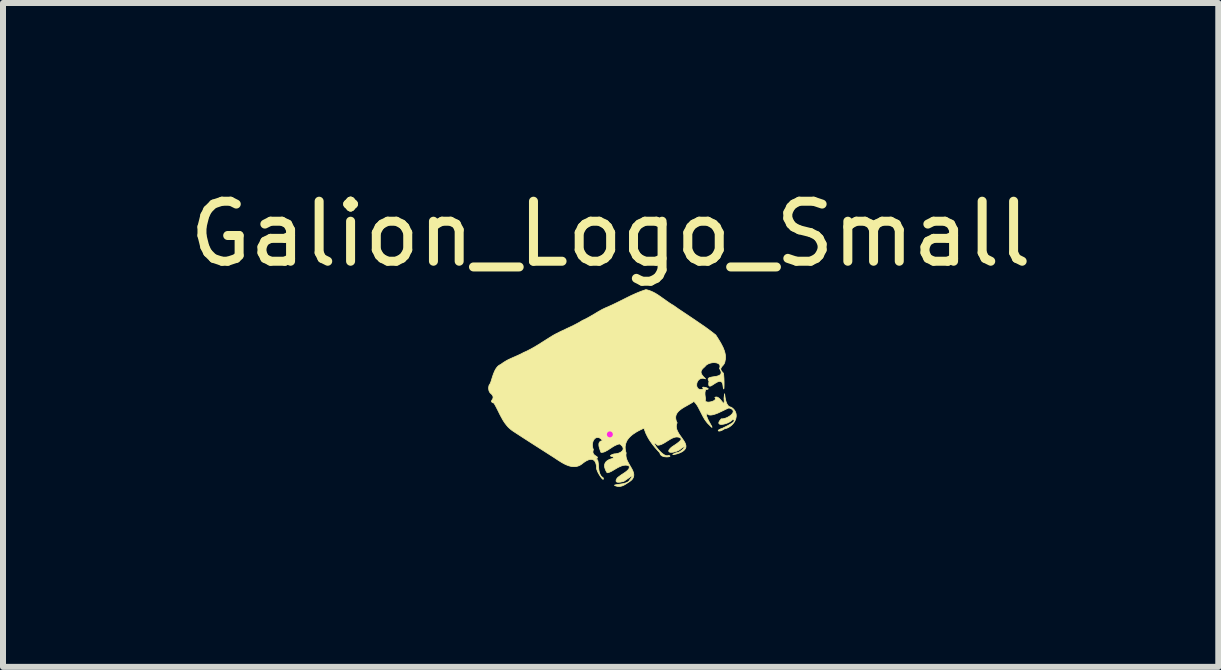
<source format=kicad_pcb>
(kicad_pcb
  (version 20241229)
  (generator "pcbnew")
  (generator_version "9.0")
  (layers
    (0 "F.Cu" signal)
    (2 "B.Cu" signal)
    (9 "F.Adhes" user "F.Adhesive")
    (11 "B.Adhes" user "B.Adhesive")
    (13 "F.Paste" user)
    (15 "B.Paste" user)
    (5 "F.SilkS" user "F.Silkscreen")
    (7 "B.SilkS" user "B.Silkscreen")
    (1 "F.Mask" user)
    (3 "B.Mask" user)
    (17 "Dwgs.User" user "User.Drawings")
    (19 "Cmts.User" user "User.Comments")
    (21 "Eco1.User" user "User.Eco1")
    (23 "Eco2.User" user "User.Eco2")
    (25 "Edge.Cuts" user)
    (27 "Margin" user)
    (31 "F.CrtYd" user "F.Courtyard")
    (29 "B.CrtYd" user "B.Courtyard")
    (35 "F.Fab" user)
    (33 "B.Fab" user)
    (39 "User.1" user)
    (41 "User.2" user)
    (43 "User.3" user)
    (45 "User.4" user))
  (footprint "Galion_Logo_Small"
    (layer "F.Cu")
    (at 7.112 4.188)
    (property "Reference" "Galion_Logo_Small" (at 0.013 -3.34 0) (layer "F.SilkS") (effects (font (size 1 1) (thickness 0.15))))
    (attr through_hole)
    (fp_poly (pts (xy 0.752 -0.697) (xy 0.751 -0.702) (xy 0.75 -0.707) (xy 0.751 -0.711) (xy 0.752 -0.714) (xy 0.754 -0.716) (xy 0.756 -0.718) (xy 0.759 -0.718) (xy 0.762 -0.719) (xy 0.765 -0.718) (xy 0.768 -0.717) (xy 0.772 -0.716) (xy 0.776 -0.714) (xy 0.783 -0.71) (xy 0.79 -0.705) (xy 0.796 -0.7) (xy 0.798 -0.697) (xy 0.8 -0.695) (xy 0.801 -0.693) (xy 0.801 -0.691) (xy 0.801 -0.689) (xy 0.8 -0.687) (xy 0.798 -0.687) (xy 0.795 -0.686) (xy 0.791 -0.686) (xy 0.785 -0.687) (xy 0.779 -0.688) (xy 0.771 -0.69) (xy 0.762 -0.693) (xy 0.752 -0.697) (xy 0.752 -0.697)) (stroke (width 0.012) (type solid)) (fill yes) (layer "F.SilkS"))
    (fp_poly (pts (xy 0.197 0.42) (xy 0.21 0.415) (xy 0.22 0.41) (xy 0.228 0.404) (xy 0.234 0.398) (xy 0.238 0.393) (xy 0.239 0.387) (xy 0.239 0.382) (xy 0.237 0.376) (xy 0.234 0.371) (xy 0.229 0.366) (xy 0.223 0.362) (xy 0.217 0.357) (xy 0.209 0.353) (xy 0.201 0.35) (xy 0.183 0.345) (xy 0.174 0.343) (xy 0.164 0.342) (xy 0.155 0.342) (xy 0.147 0.342) (xy 0.138 0.343) (xy 0.131 0.346) (xy 0.124 0.349) (xy 0.118 0.353) (xy 0.114 0.358) (xy 0.111 0.364) (xy 0.109 0.371) (xy 0.109 0.38) (xy 0.111 0.39) (xy 0.114 0.401) (xy 0.12 0.413) (xy 0.128 0.427) (xy 0.137 0.428) (xy 0.146 0.429) (xy 0.155 0.43) (xy 0.159 0.43) (xy 0.164 0.43) (xy 0.168 0.43) (xy 0.173 0.43) (xy 0.177 0.429) (xy 0.181 0.428) (xy 0.183 0.428) (xy 0.185 0.427) (xy 0.187 0.426) (xy 0.189 0.425) (xy 0.191 0.424) (xy 0.193 0.423) (xy 0.195 0.422) (xy 0.197 0.42)) (stroke (width 0.012) (type solid)) (fill yes) (layer "F.SilkS"))
    (fp_poly (pts (xy 0.707 -0.339) (xy 0.713 -0.338) (xy 0.719 -0.339) (xy 0.723 -0.339) (xy 0.727 -0.34) (xy 0.729 -0.342) (xy 0.731 -0.343) (xy 0.733 -0.345) (xy 0.733 -0.347) (xy 0.733 -0.35) (xy 0.733 -0.352) (xy 0.732 -0.355) (xy 0.731 -0.358) (xy 0.728 -0.364) (xy 0.724 -0.371) (xy 0.721 -0.378) (xy 0.718 -0.384) (xy 0.717 -0.388) (xy 0.717 -0.391) (xy 0.717 -0.394) (xy 0.717 -0.397) (xy 0.719 -0.4) (xy 0.72 -0.402) (xy 0.723 -0.405) (xy 0.727 -0.407) (xy 0.731 -0.408) (xy 0.736 -0.41) (xy 0.743 -0.411) (xy 0.75 -0.412) (xy 0.732 -0.413) (xy 0.712 -0.413) (xy 0.69 -0.412) (xy 0.667 -0.41) (xy 0.643 -0.407) (xy 0.621 -0.403) (xy 0.6 -0.398) (xy 0.582 -0.393) (xy 0.566 -0.386) (xy 0.56 -0.382) (xy 0.555 -0.378) (xy 0.551 -0.374) (xy 0.549 -0.37) (xy 0.547 -0.365) (xy 0.548 -0.36) (xy 0.55 -0.355) (xy 0.554 -0.35) (xy 0.559 -0.344) (xy 0.567 -0.338) (xy 0.576 -0.332) (xy 0.588 -0.326) (xy 0.602 -0.319) (xy 0.618 -0.312) (xy 0.621 -0.308) (xy 0.624 -0.304) (xy 0.626 -0.301) (xy 0.629 -0.298) (xy 0.631 -0.297) (xy 0.634 -0.296) (xy 0.636 -0.296) (xy 0.639 -0.296) (xy 0.641 -0.297) (xy 0.644 -0.298) (xy 0.646 -0.299) (xy 0.648 -0.301) (xy 0.653 -0.306) (xy 0.658 -0.312) (xy 0.668 -0.324) (xy 0.674 -0.33) (xy 0.676 -0.333) (xy 0.679 -0.335) (xy 0.682 -0.337) (xy 0.685 -0.339) (xy 0.689 -0.34) (xy 0.692 -0.341) (xy 0.695 -0.341) (xy 0.699 -0.341) (xy 0.703 -0.34) (xy 0.707 -0.339)) (stroke (width 0.012) (type solid)) (fill yes) (layer "F.SilkS"))
    (fp_poly (pts (xy -0.254 -0.177) (xy -0.263 -0.184) (xy -0.27 -0.191) (xy -0.274 -0.197) (xy -0.277 -0.202) (xy -0.279 -0.207) (xy -0.278 -0.211) (xy -0.277 -0.214) (xy -0.273 -0.217) (xy -0.269 -0.22) (xy -0.264 -0.222) (xy -0.251 -0.226) (xy -0.235 -0.229) (xy -0.217 -0.232) (xy -0.198 -0.234) (xy -0.18 -0.238) (xy -0.163 -0.242) (xy -0.155 -0.244) (xy -0.147 -0.247) (xy -0.141 -0.251) (xy -0.135 -0.255) (xy -0.131 -0.259) (xy -0.127 -0.264) (xy -0.125 -0.27) (xy -0.124 -0.277) (xy -0.125 -0.284) (xy -0.127 -0.292) (xy -0.115 -0.284) (xy -0.103 -0.278) (xy -0.093 -0.274) (xy -0.083 -0.271) (xy -0.075 -0.269) (xy -0.068 -0.269) (xy -0.062 -0.27) (xy -0.057 -0.272) (xy -0.053 -0.275) (xy -0.05 -0.279) (xy -0.048 -0.284) (xy -0.046 -0.289) (xy -0.046 -0.294) (xy -0.047 -0.3) (xy -0.048 -0.306) (xy -0.05 -0.312) (xy -0.053 -0.318) (xy -0.057 -0.324) (xy -0.062 -0.329) (xy -0.067 -0.334) (xy -0.073 -0.339) (xy -0.08 -0.343) (xy -0.087 -0.345) (xy -0.095 -0.347) (xy -0.104 -0.348) (xy -0.113 -0.348) (xy -0.123 -0.346) (xy -0.133 -0.343) (xy -0.144 -0.338) (xy -0.156 -0.332) (xy -0.167 -0.324) (xy -0.18 -0.313) (xy -0.253 -0.276) (xy -0.272 -0.266) (xy -0.289 -0.255) (xy -0.305 -0.245) (xy -0.318 -0.235) (xy -0.323 -0.231) (xy -0.328 -0.226) (xy -0.332 -0.221) (xy -0.334 -0.217) (xy -0.336 -0.212) (xy -0.336 -0.208) (xy -0.335 -0.204) (xy -0.332 -0.2) (xy -0.329 -0.196) (xy -0.323 -0.193) (xy -0.316 -0.189) (xy -0.308 -0.186) (xy -0.297 -0.183) (xy -0.285 -0.181) (xy -0.271 -0.179) (xy -0.254 -0.177)) (stroke (width 0.012) (type solid)) (fill yes) (layer "F.SilkS"))
    (fp_poly (pts (xy 1.461 -1.119) (xy 1.477 -1.127) (xy 1.5 -1.139) (xy 1.512 -1.146) (xy 1.523 -1.154) (xy 1.535 -1.161) (xy 1.545 -1.169) (xy 1.554 -1.176) (xy 1.56 -1.183) (xy 1.562 -1.186) (xy 1.564 -1.189) (xy 1.565 -1.191) (xy 1.565 -1.194) (xy 1.564 -1.196) (xy 1.562 -1.198) (xy 1.559 -1.199) (xy 1.555 -1.2) (xy 1.55 -1.201) (xy 1.543 -1.201) (xy 1.536 -1.201) (xy 1.527 -1.2) (xy 1.557 -1.218) (xy 1.576 -1.232) (xy 1.582 -1.237) (xy 1.585 -1.241) (xy 1.586 -1.245) (xy 1.585 -1.247) (xy 1.583 -1.249) (xy 1.579 -1.25) (xy 1.566 -1.249) (xy 1.55 -1.247) (xy 1.531 -1.242) (xy 1.511 -1.235) (xy 1.492 -1.227) (xy 1.474 -1.218) (xy 1.459 -1.209) (xy 1.454 -1.204) (xy 1.449 -1.2) (xy 1.447 -1.195) (xy 1.446 -1.191) (xy 1.447 -1.186) (xy 1.45 -1.182) (xy 1.455 -1.178) (xy 1.463 -1.175) (xy 1.475 -1.175) (xy 1.479 -1.174) (xy 1.48 -1.173) (xy 1.481 -1.172) (xy 1.479 -1.171) (xy 1.474 -1.169) (xy 1.423 -1.153) (xy 1.409 -1.147) (xy 1.397 -1.142) (xy 1.387 -1.136) (xy 1.383 -1.133) (xy 1.381 -1.13) (xy 1.379 -1.126) (xy 1.379 -1.123) (xy 1.381 -1.12) (xy 1.384 -1.117) (xy 1.388 -1.113) (xy 1.395 -1.11) (xy 1.403 -1.106) (xy 1.414 -1.103) (xy 1.417 -1.103) (xy 1.42 -1.102) (xy 1.423 -1.102) (xy 1.427 -1.102) (xy 1.43 -1.102) (xy 1.434 -1.102) (xy 1.437 -1.103) (xy 1.44 -1.104) (xy 1.444 -1.104) (xy 1.447 -1.106) (xy 1.448 -1.106) (xy 1.45 -1.107) (xy 1.451 -1.108) (xy 1.453 -1.109) (xy 1.454 -1.11) (xy 1.455 -1.111) (xy 1.456 -1.112) (xy 1.457 -1.113) (xy 1.458 -1.115) (xy 1.459 -1.116) (xy 1.46 -1.117) (xy 1.461 -1.119)) (stroke (width 0.012) (type solid)) (fill yes) (layer "F.SilkS"))
    (fp_poly (pts (xy 0 0) (xy -0.008 -0.006) (xy -0.015 -0.012) (xy -0.021 -0.017) (xy -0.027 -0.022) (xy -0.031 -0.027) (xy -0.035 -0.031) (xy -0.039 -0.035) (xy -0.041 -0.039) (xy -0.043 -0.042) (xy -0.044 -0.045) (xy -0.045 -0.047) (xy -0.045 -0.05) (xy -0.045 -0.051) (xy -0.044 -0.053) (xy -0.043 -0.054) (xy -0.041 -0.055) (xy -0.039 -0.056) (xy -0.036 -0.057) (xy -0.033 -0.057) (xy -0.03 -0.057) (xy -0.026 -0.057) (xy -0.022 -0.056) (xy -0.013 -0.055) (xy -0.004 -0.052) (xy 0.007 -0.049) (xy 0.018 -0.045) (xy 0.029 -0.041) (xy 0.038 -0.048) (xy 0.048 -0.055) (xy 0.058 -0.063) (xy 0.067 -0.071) (xy 0.076 -0.08) (xy 0.085 -0.089) (xy 0.089 -0.094) (xy 0.092 -0.099) (xy 0.095 -0.104) (xy 0.098 -0.109) (xy 0.1 -0.114) (xy 0.102 -0.119) (xy 0.103 -0.125) (xy 0.104 -0.13) (xy 0.104 -0.135) (xy 0.104 -0.141) (xy 0.103 -0.146) (xy 0.101 -0.151) (xy 0.098 -0.157) (xy 0.095 -0.162) (xy 0.091 -0.168) (xy 0.086 -0.173) (xy 0.081 -0.179) (xy 0.074 -0.184) (xy 0.066 -0.189) (xy 0.058 -0.195) (xy 0.057 -0.205) (xy 0.055 -0.215) (xy 0.052 -0.222) (xy 0.048 -0.229) (xy 0.042 -0.234) (xy 0.035 -0.238) (xy 0.028 -0.241) (xy 0.019 -0.243) (xy 0.01 -0.244) (xy -0.000351 -0.244) (xy -0.011 -0.243) (xy -0.022 -0.241) (xy -0.034 -0.238) (xy -0.046 -0.235) (xy -0.059 -0.231) (xy -0.072 -0.226) (xy -0.098 -0.215) (xy -0.124 -0.202) (xy -0.149 -0.188) (xy -0.173 -0.173) (xy -0.195 -0.157) (xy -0.215 -0.141) (xy -0.232 -0.126) (xy -0.238 -0.119) (xy -0.244 -0.112) (xy -0.23 -0.078) (xy -0.223 -0.064) (xy -0.217 -0.05) (xy -0.21 -0.038) (xy -0.203 -0.027) (xy -0.199 -0.021) (xy -0.196 -0.017) (xy -0.192 -0.012) (xy -0.187 -0.008) (xy -0.183 -0.005) (xy -0.178 -0.002) (xy -0.173 0.001) (xy -0.167 0.004) (xy -0.161 0.006) (xy -0.155 0.008) (xy -0.148 0.009) (xy -0.141 0.01) (xy -0.133 0.011) (xy -0.124 0.011) (xy -0.115 0.011) (xy -0.106 0.011) (xy -0.096 0.01) (xy -0.085 0.008) (xy -0.074 0.006) (xy -0.061 0.004) (xy -0.03 0.003) (xy 0 -0.000001) (xy 0 0)) (stroke (width 0.012) (type solid)) (fill yes) (layer "F.SilkS"))
    (fp_poly (pts (xy 0.723 -0.466) (xy 0.728 -0.467) (xy 0.734 -0.469) (xy 0.746 -0.474) (xy 0.758 -0.48) (xy 0.772 -0.487) (xy 0.831 -0.521) (xy 0.848 -0.53) (xy 0.865 -0.538) (xy 0.882 -0.546) (xy 0.9 -0.553) (xy 0.918 -0.559) (xy 0.927 -0.562) (xy 0.936 -0.564) (xy 0.946 -0.566) (xy 0.955 -0.568) (xy 0.965 -0.569) (xy 0.975 -0.57) (xy 0.975 -0.581) (xy 0.974 -0.592) (xy 0.973 -0.602) (xy 0.972 -0.611) (xy 0.97 -0.62) (xy 0.968 -0.629) (xy 0.966 -0.637) (xy 0.963 -0.645) (xy 0.96 -0.652) (xy 0.956 -0.659) (xy 0.953 -0.666) (xy 0.949 -0.672) (xy 0.944 -0.678) (xy 0.94 -0.684) (xy 0.935 -0.689) (xy 0.93 -0.694) (xy 0.92 -0.704) (xy 0.909 -0.713) (xy 0.898 -0.721) (xy 0.886 -0.729) (xy 0.839 -0.759) (xy 0.838 -0.773) (xy 0.836 -0.786) (xy 0.832 -0.796) (xy 0.828 -0.805) (xy 0.822 -0.812) (xy 0.815 -0.817) (xy 0.807 -0.82) (xy 0.799 -0.823) (xy 0.789 -0.823) (xy 0.779 -0.823) (xy 0.768 -0.821) (xy 0.756 -0.818) (xy 0.744 -0.815) (xy 0.731 -0.81) (xy 0.718 -0.804) (xy 0.704 -0.798) (xy 0.676 -0.783) (xy 0.647 -0.767) (xy 0.618 -0.749) (xy 0.59 -0.731) (xy 0.536 -0.695) (xy 0.511 -0.68) (xy 0.489 -0.667) (xy 0.484 -0.657) (xy 0.48 -0.649) (xy 0.477 -0.642) (xy 0.476 -0.636) (xy 0.475 -0.63) (xy 0.476 -0.626) (xy 0.477 -0.623) (xy 0.479 -0.621) (xy 0.482 -0.619) (xy 0.486 -0.618) (xy 0.49 -0.617) (xy 0.494 -0.617) (xy 0.504 -0.617) (xy 0.514 -0.618) (xy 0.524 -0.618) (xy 0.533 -0.618) (xy 0.537 -0.618) (xy 0.541 -0.617) (xy 0.544 -0.615) (xy 0.546 -0.613) (xy 0.547 -0.61) (xy 0.548 -0.606) (xy 0.547 -0.601) (xy 0.546 -0.595) (xy 0.543 -0.589) (xy 0.539 -0.58) (xy 0.534 -0.571) (xy 0.527 -0.56) (xy 0.573 -0.531) (xy 0.583 -0.525) (xy 0.591 -0.52) (xy 0.598 -0.517) (xy 0.604 -0.514) (xy 0.606 -0.514) (xy 0.608 -0.514) (xy 0.609 -0.514) (xy 0.61 -0.515) (xy 0.611 -0.517) (xy 0.611 -0.518) (xy 0.61 -0.521) (xy 0.609 -0.524) (xy 0.605 -0.532) (xy 0.599 -0.542) (xy 0.59 -0.555) (xy 0.579 -0.571) (xy 0.587 -0.574) (xy 0.595 -0.576) (xy 0.602 -0.577) (xy 0.609 -0.577) (xy 0.615 -0.576) (xy 0.62 -0.575) (xy 0.625 -0.572) (xy 0.63 -0.57) (xy 0.634 -0.566) (xy 0.638 -0.562) (xy 0.641 -0.557) (xy 0.644 -0.553) (xy 0.646 -0.547) (xy 0.649 -0.542) (xy 0.652 -0.53) (xy 0.655 -0.518) (xy 0.657 -0.506) (xy 0.661 -0.485) (xy 0.662 -0.477) (xy 0.664 -0.471) (xy 0.665 -0.469) (xy 0.666 -0.467) (xy 0.668 -0.467) (xy 0.67 -0.467) (xy 0.702 -0.474) (xy 0.723 -0.466)) (stroke (width 0.012) (type solid)) (fill yes) (layer "F.SilkS"))
    (fp_poly (pts (xy 1.017 -0.021) (xy 1.021 -0.025) (xy 1.024 -0.028) (xy 1.028 -0.03) (xy 1.032 -0.031) (xy 1.036 -0.032) (xy 1.041 -0.032) (xy 1.045 -0.031) (xy 1.05 -0.031) (xy 1.055 -0.029) (xy 1.06 -0.028) (xy 1.069 -0.024) (xy 1.087 -0.017) (xy 1.095 -0.014) (xy 1.098 -0.013) (xy 1.101 -0.013) (xy 1.103 -0.013) (xy 1.105 -0.014) (xy 1.107 -0.015) (xy 1.108 -0.018) (xy 1.109 -0.021) (xy 1.109 -0.025) (xy 1.108 -0.03) (xy 1.107 -0.036) (xy 1.105 -0.043) (xy 1.102 -0.051) (xy 1.098 -0.061) (xy 1.094 -0.072) (xy 1.092 -0.109) (xy 1.089 -0.157) (xy 1.083 -0.213) (xy 1.075 -0.268) (xy 1.071 -0.294) (xy 1.066 -0.318) (xy 1.061 -0.34) (xy 1.055 -0.357) (xy 1.049 -0.371) (xy 1.046 -0.376) (xy 1.043 -0.38) (xy 1.04 -0.382) (xy 1.036 -0.383) (xy 1.033 -0.382) (xy 1.029 -0.379) (xy 1.025 -0.368) (xy 1.019 -0.358) (xy 1.012 -0.349) (xy 1.005 -0.34) (xy 0.997 -0.333) (xy 0.988 -0.326) (xy 0.978 -0.319) (xy 0.968 -0.313) (xy 0.946 -0.303) (xy 0.923 -0.293) (xy 0.875 -0.276) (xy 0.851 -0.267) (xy 0.828 -0.256) (xy 0.817 -0.251) (xy 0.807 -0.245) (xy 0.797 -0.238) (xy 0.787 -0.231) (xy 0.778 -0.223) (xy 0.77 -0.215) (xy 0.763 -0.205) (xy 0.757 -0.195) (xy 0.752 -0.184) (xy 0.747 -0.172) (xy 0.744 -0.158) (xy 0.742 -0.144) (xy 0.734 -0.131) (xy 0.728 -0.12) (xy 0.725 -0.109) (xy 0.723 -0.099) (xy 0.723 -0.09) (xy 0.725 -0.082) (xy 0.728 -0.075) (xy 0.733 -0.069) (xy 0.738 -0.063) (xy 0.745 -0.059) (xy 0.753 -0.055) (xy 0.761 -0.052) (xy 0.77 -0.049) (xy 0.78 -0.048) (xy 0.79 -0.047) (xy 0.8 -0.047) (xy 0.811 -0.048) (xy 0.821 -0.049) (xy 0.831 -0.051) (xy 0.841 -0.053) (xy 0.851 -0.057) (xy 0.86 -0.06) (xy 0.868 -0.065) (xy 0.875 -0.07) (xy 0.882 -0.075) (xy 0.887 -0.081) (xy 0.891 -0.088) (xy 0.893 -0.095) (xy 0.895 -0.102) (xy 0.894 -0.11) (xy 0.891 -0.119) (xy 0.887 -0.127) (xy 0.892 -0.128) (xy 0.897 -0.128) (xy 0.902 -0.128) (xy 0.905 -0.127) (xy 0.909 -0.126) (xy 0.912 -0.124) (xy 0.915 -0.122) (xy 0.917 -0.12) (xy 0.92 -0.117) (xy 0.922 -0.115) (xy 0.924 -0.112) (xy 0.925 -0.109) (xy 0.933 -0.096) (xy 0.937 -0.089) (xy 0.939 -0.086) (xy 0.942 -0.082) (xy 0.945 -0.079) (xy 0.948 -0.076) (xy 0.952 -0.073) (xy 0.956 -0.071) (xy 0.961 -0.068) (xy 0.966 -0.066) (xy 0.972 -0.065) (xy 0.978 -0.063) (xy 0.985 -0.062) (xy 0.992 -0.061) (xy 1.001 -0.061) (xy 1.01 -0.061) (xy 1.01 -0.062) (xy 1.009 -0.061) (xy 1.008 -0.059) (xy 1.007 -0.055) (xy 1.005 -0.05) (xy 1.002 -0.037) (xy 1.001 -0.031) (xy 0.999 -0.024) (xy 0.999 -0.018) (xy 0.999 -0.013) (xy 0.999 -0.011) (xy 0.999 -0.009) (xy 1 -0.008) (xy 1.001 -0.007) (xy 1.002 -0.007) (xy 1.003 -0.007) (xy 1.005 -0.007) (xy 1.007 -0.009) (xy 1.009 -0.011) (xy 1.011 -0.013) (xy 1.014 -0.017) (xy 1.017 -0.021)) (stroke (width 0.012) (type solid)) (fill yes) (layer "F.SilkS"))
    (fp_poly (pts (xy 0.116 0.864) (xy 0.093 0.857) (xy 0.086 0.854) (xy 0.081 0.852) (xy 0.079 0.85) (xy 0.078 0.848) (xy 0.079 0.846) (xy 0.083 0.844) (xy 0.094 0.841) (xy 0.111 0.838) (xy 0.156 0.831) (xy 0.182 0.827) (xy 0.21 0.823) (xy 0.237 0.817) (xy 0.262 0.81) (xy 0.274 0.805) (xy 0.285 0.801) (xy 0.296 0.796) (xy 0.305 0.79) (xy 0.313 0.784) (xy 0.319 0.777) (xy 0.324 0.77) (xy 0.328 0.762) (xy 0.348 0.737) (xy 0.362 0.718) (xy 0.366 0.71) (xy 0.37 0.705) (xy 0.372 0.7) (xy 0.372 0.697) (xy 0.372 0.695) (xy 0.371 0.694) (xy 0.371 0.694) (xy 0.368 0.694) (xy 0.365 0.694) (xy 0.36 0.696) (xy 0.356 0.699) (xy 0.344 0.706) (xy 0.232 0.783) (xy 0.212 0.788) (xy 0.186 0.793) (xy 0.173 0.796) (xy 0.159 0.797) (xy 0.146 0.798) (xy 0.134 0.798) (xy 0.129 0.797) (xy 0.123 0.796) (xy 0.119 0.795) (xy 0.115 0.793) (xy 0.111 0.79) (xy 0.108 0.788) (xy 0.106 0.784) (xy 0.104 0.78) (xy 0.103 0.776) (xy 0.104 0.771) (xy 0.105 0.765) (xy 0.106 0.758) (xy 0.109 0.751) (xy 0.113 0.743) (xy 0.119 0.735) (xy 0.125 0.725) (xy 0.142 0.71) (xy 0.16 0.697) (xy 0.178 0.683) (xy 0.197 0.67) (xy 0.234 0.646) (xy 0.252 0.634) (xy 0.268 0.622) (xy 0.283 0.61) (xy 0.296 0.598) (xy 0.307 0.587) (xy 0.312 0.581) (xy 0.316 0.575) (xy 0.319 0.569) (xy 0.321 0.562) (xy 0.323 0.556) (xy 0.323 0.55) (xy 0.323 0.543) (xy 0.322 0.537) (xy 0.32 0.53) (xy 0.317 0.524) (xy 0.304 0.519) (xy 0.292 0.516) (xy 0.279 0.514) (xy 0.266 0.513) (xy 0.253 0.513) (xy 0.241 0.515) (xy 0.228 0.516) (xy 0.216 0.519) (xy 0.203 0.523) (xy 0.191 0.527) (xy 0.167 0.537) (xy 0.143 0.548) (xy 0.119 0.561) (xy 0.031 0.613) (xy 0.01 0.623) (xy -0.01 0.632) (xy -0.019 0.635) (xy -0.028 0.637) (xy -0.037 0.639) (xy -0.046 0.639) (xy -0.057 0.621) (xy -0.067 0.603) (xy -0.075 0.585) (xy -0.078 0.576) (xy -0.081 0.567) (xy -0.084 0.559) (xy -0.086 0.55) (xy -0.087 0.542) (xy -0.088 0.533) (xy -0.089 0.525) (xy -0.089 0.517) (xy -0.088 0.509) (xy -0.087 0.502) (xy -0.085 0.494) (xy -0.082 0.487) (xy -0.079 0.479) (xy -0.075 0.472) (xy -0.071 0.466) (xy -0.066 0.459) (xy -0.06 0.453) (xy -0.053 0.446) (xy -0.046 0.441) (xy -0.037 0.435) (xy -0.029 0.429) (xy -0.019 0.424) (xy -0.008 0.419) (xy 0.003 0.415) (xy 0.015 0.41) (xy 0.029 0.406) (xy 0.049 0.399) (xy 0.056 0.396) (xy 0.061 0.393) (xy 0.064 0.39) (xy 0.066 0.388) (xy 0.067 0.385) (xy 0.066 0.383) (xy 0.064 0.381) (xy 0.061 0.38) (xy 0.054 0.376) (xy 0.034 0.37) (xy 0.024 0.367) (xy 0.016 0.363) (xy 0.013 0.361) (xy 0.011 0.359) (xy 0.01 0.357) (xy 0.01 0.355) (xy 0.012 0.352) (xy 0.015 0.349) (xy 0.019 0.346) (xy 0.026 0.342) (xy 0.044 0.334) (xy 0.072 0.325) (xy 0.092 0.324) (xy 0.112 0.321) (xy 0.132 0.317) (xy 0.15 0.311) (xy 0.159 0.307) (xy 0.168 0.304) (xy 0.176 0.3) (xy 0.183 0.295) (xy 0.19 0.29) (xy 0.196 0.285) (xy 0.202 0.28) (xy 0.207 0.275) (xy 0.212 0.269) (xy 0.215 0.263) (xy 0.218 0.257) (xy 0.22 0.25) (xy 0.221 0.243) (xy 0.222 0.236) (xy 0.221 0.229) (xy 0.219 0.222) (xy 0.216 0.215) (xy 0.212 0.207) (xy 0.207 0.199) (xy 0.2 0.191) (xy 0.193 0.184) (xy 0.184 0.175) (xy 0.174 0.167) (xy 0.162 0.159) (xy 0.151 0.161) (xy 0.141 0.164) (xy 0.13 0.167) (xy 0.12 0.171) (xy 0.099 0.18) (xy 0.078 0.19) (xy 0.057 0.202) (xy 0.037 0.215) (xy -0.003 0.241) (xy -0.022 0.254) (xy -0.042 0.266) (xy -0.061 0.276) (xy -0.079 0.286) (xy -0.088 0.29) (xy -0.097 0.293) (xy -0.106 0.296) (xy -0.115 0.298) (xy -0.123 0.299) (xy -0.132 0.3) (xy -0.14 0.3) (xy -0.149 0.299) (xy -0.16 0.27) (xy -0.17 0.239) (xy -0.175 0.223) (xy -0.179 0.208) (xy -0.182 0.193) (xy -0.183 0.178) (xy -0.183 0.171) (xy -0.183 0.165) (xy -0.183 0.158) (xy -0.182 0.152) (xy -0.18 0.146) (xy -0.178 0.14) (xy -0.175 0.135) (xy -0.172 0.129) (xy -0.168 0.125) (xy -0.163 0.12) (xy -0.158 0.117) (xy -0.152 0.113) (xy -0.145 0.11) (xy -0.138 0.108) (xy -0.129 0.106) (xy -0.12 0.104) (xy -0.13 0.092) (xy -0.141 0.082) (xy -0.151 0.073) (xy -0.161 0.066) (xy -0.171 0.06) (xy -0.18 0.056) (xy -0.19 0.053) (xy -0.199 0.052) (xy -0.208 0.052) (xy -0.216 0.053) (xy -0.224 0.055) (xy -0.232 0.058) (xy -0.24 0.062) (xy -0.247 0.068) (xy -0.254 0.074) (xy -0.26 0.081) (xy -0.266 0.089) (xy -0.271 0.097) (xy -0.276 0.106) (xy -0.28 0.116) (xy -0.283 0.126) (xy -0.286 0.137) (xy -0.288 0.148) (xy -0.29 0.159) (xy -0.291 0.17) (xy -0.291 0.182) (xy -0.29 0.194) (xy -0.288 0.206) (xy -0.286 0.218) (xy -0.283 0.23) (xy -0.279 0.242) (xy -0.274 0.254) (xy -0.278 0.265) (xy -0.28 0.275) (xy -0.282 0.284) (xy -0.282 0.293) (xy -0.282 0.301) (xy -0.28 0.309) (xy -0.278 0.315) (xy -0.275 0.322) (xy -0.271 0.327) (xy -0.267 0.333) (xy -0.263 0.338) (xy -0.258 0.342) (xy -0.248 0.35) (xy -0.238 0.357) (xy -0.228 0.364) (xy -0.219 0.369) (xy -0.215 0.372) (xy -0.212 0.375) (xy -0.21 0.378) (xy -0.208 0.382) (xy -0.207 0.385) (xy -0.208 0.388) (xy -0.209 0.392) (xy -0.211 0.396) (xy -0.214 0.4) (xy -0.219 0.405) (xy -0.225 0.41) (xy -0.233 0.416) (xy -0.226 0.415) (xy -0.22 0.416) (xy -0.215 0.418) (xy -0.21 0.421) (xy -0.206 0.426) (xy -0.203 0.432) (xy -0.2 0.439) (xy -0.198 0.447) (xy -0.195 0.466) (xy -0.192 0.488) (xy -0.188 0.539) (xy -0.186 0.565) (xy -0.183 0.593) (xy -0.178 0.619) (xy -0.174 0.632) (xy -0.171 0.645) (xy -0.166 0.657) (xy -0.161 0.669) (xy -0.155 0.679) (xy -0.149 0.69) (xy -0.141 0.699) (xy -0.132 0.708) (xy -0.123 0.715) (xy -0.112 0.722) (xy -0.11 0.73) (xy -0.108 0.737) (xy -0.108 0.743) (xy -0.109 0.746) (xy -0.11 0.748) (xy -0.113 0.749) (xy -0.116 0.748) (xy -0.119 0.746) (xy -0.123 0.742) (xy -0.128 0.738) (xy -0.139 0.726) (xy -0.15 0.711) (xy -0.163 0.693) (xy -0.175 0.673) (xy -0.188 0.653) (xy -0.199 0.631) (xy -0.208 0.61) (xy -0.216 0.59) (xy -0.219 0.581) (xy -0.221 0.572) (xy -0.222 0.564) (xy -0.223 0.556) (xy -0.223 0.549) (xy -0.221 0.544) (xy -0.223 0.528) (xy -0.226 0.513) (xy -0.229 0.499) (xy -0.232 0.487) (xy -0.236 0.476) (xy -0.24 0.465) (xy -0.245 0.456) (xy -0.251 0.448) (xy -0.256 0.441) (xy -0.262 0.435) (xy -0.269 0.43) (xy -0.275 0.426) (xy -0.282 0.422) (xy -0.29 0.42) (xy -0.297 0.418) (xy -0.305 0.417) (xy -0.313 0.417) (xy -0.322 0.417) (xy -0.33 0.418) (xy -0.339 0.42) (xy -0.348 0.422) (xy -0.357 0.425) (xy -0.366 0.429) (xy -0.375 0.433) (xy -0.384 0.437) (xy -0.394 0.442) (xy -0.412 0.453) (xy -0.431 0.466) (xy -0.45 0.48) (xy -0.465 0.492) (xy -0.48 0.503) (xy -0.495 0.512) (xy -0.51 0.52) (xy -0.526 0.526) (xy -0.542 0.531) (xy -0.557 0.535) (xy -0.573 0.537) (xy -0.589 0.538) (xy -0.604 0.538) (xy -0.62 0.537) (xy -0.636 0.535) (xy -0.652 0.532) (xy -0.668 0.528) (xy -0.683 0.524) (xy -0.699 0.518) (xy -0.73 0.506) (xy -0.761 0.491) (xy -0.792 0.474) (xy -0.822 0.456) (xy -0.88 0.419) (xy -0.934 0.383) (xy -1.275 0.165) (xy -1.446 0.055) (xy -1.615 -0.055) (xy -1.63 -0.066) (xy -1.645 -0.077) (xy -1.659 -0.089) (xy -1.673 -0.101) (xy -1.686 -0.113) (xy -1.699 -0.126) (xy -1.722 -0.153) (xy -1.744 -0.181) (xy -1.764 -0.21) (xy -1.783 -0.24) (xy -1.8 -0.271) (xy -1.817 -0.302) (xy -1.834 -0.334) (xy -1.865 -0.397) (xy -1.897 -0.46) (xy -1.914 -0.491) (xy -1.931 -0.52) (xy -1.941 -0.524) (xy -1.949 -0.527) (xy -1.956 -0.531) (xy -1.961 -0.534) (xy -1.965 -0.537) (xy -1.969 -0.541) (xy -1.971 -0.544) (xy -1.972 -0.547) (xy -1.972 -0.551) (xy -1.972 -0.554) (xy -1.971 -0.558) (xy -1.97 -0.562) (xy -1.966 -0.569) (xy -1.961 -0.577) (xy -1.955 -0.586) (xy -1.95 -0.596) (xy -1.949 -0.601) (xy -1.947 -0.606) (xy -1.946 -0.612) (xy -1.946 -0.618) (xy -1.946 -0.624) (xy -1.947 -0.63) (xy -1.949 -0.637) (xy -1.953 -0.644) (xy -1.957 -0.652) (xy -1.962 -0.659) (xy -1.969 -0.667) (xy -1.977 -0.676) (xy -1.982 -0.68) (xy -1.988 -0.684) (xy -1.992 -0.689) (xy -1.997 -0.694) (xy -2 -0.699) (xy -2.004 -0.705) (xy -2.007 -0.711) (xy -2.01 -0.716) (xy -2.012 -0.722) (xy -2.014 -0.728) (xy -2.016 -0.734) (xy -2.017 -0.741) (xy -2.019 -0.753) (xy -2.02 -0.765) (xy -2.02 -0.777) (xy -2.019 -0.788) (xy -2.017 -0.799) (xy -2.015 -0.808) (xy -2.013 -0.816) (xy -2.01 -0.823) (xy -2.006 -0.828) (xy -2.005 -0.83) (xy -2.003 -0.831) (xy -1.996 -0.844) (xy -1.988 -0.861) (xy -1.981 -0.88) (xy -1.974 -0.902) (xy -1.959 -0.951) (xy -1.95 -0.978) (xy -1.941 -1.004) (xy -1.93 -1.031) (xy -1.919 -1.057) (xy -1.906 -1.081) (xy -1.899 -1.093) (xy -1.892 -1.104) (xy -1.884 -1.114) (xy -1.876 -1.124) (xy -1.868 -1.133) (xy -1.859 -1.141) (xy -1.849 -1.149) (xy -1.839 -1.155) (xy -1.829 -1.161) (xy -1.818 -1.165) (xy -1.798 -1.181) (xy -1.776 -1.196) (xy -1.754 -1.21) (xy -1.731 -1.224) (xy -1.708 -1.237) (xy -1.684 -1.249) (xy -1.634 -1.272) (xy -1.534 -1.316) (xy -1.485 -1.339) (xy -1.461 -1.351) (xy -1.438 -1.364) (xy -1.405 -1.378) (xy -1.373 -1.393) (xy -1.341 -1.41) (xy -1.31 -1.426) (xy -1.248 -1.461) (xy -1.187 -1.498) (xy -1.067 -1.574) (xy -1.007 -1.612) (xy -0.947 -1.649) (xy -0.917 -1.666) (xy -0.886 -1.682) (xy -0.824 -1.713) (xy -0.699 -1.772) (xy -0.637 -1.801) (xy -0.575 -1.832) (xy -0.545 -1.848) (xy -0.515 -1.864) (xy -0.486 -1.881) (xy -0.457 -1.899) (xy -0.43 -1.911) (xy -0.403 -1.924) (xy -0.377 -1.938) (xy -0.351 -1.952) (xy -0.299 -1.982) (xy -0.248 -2.012) (xy -0.197 -2.043) (xy -0.146 -2.072) (xy -0.12 -2.086) (xy -0.094 -2.098) (xy -0.067 -2.111) (xy -0.04 -2.122) (xy 0.04 -2.158) (xy 0.119 -2.196) (xy 0.277 -2.275) (xy 0.356 -2.314) (xy 0.436 -2.35) (xy 0.477 -2.367) (xy 0.517 -2.383) (xy 0.559 -2.398) (xy 0.6 -2.412) (xy 0.616 -2.409) (xy 0.632 -2.405) (xy 0.663 -2.395) (xy 0.694 -2.383) (xy 0.724 -2.369) (xy 0.753 -2.354) (xy 0.781 -2.337) (xy 0.809 -2.319) (xy 0.837 -2.3) (xy 0.947 -2.222) (xy 0.974 -2.203) (xy 1.002 -2.184) (xy 1.03 -2.166) (xy 1.058 -2.15) (xy 1.146 -2.088) (xy 1.236 -2.028) (xy 1.415 -1.908) (xy 1.504 -1.847) (xy 1.593 -1.786) (xy 1.68 -1.722) (xy 1.765 -1.656) (xy 1.796 -1.608) (xy 1.828 -1.556) (xy 1.844 -1.529) (xy 1.859 -1.502) (xy 1.873 -1.475) (xy 1.887 -1.447) (xy 1.898 -1.419) (xy 1.909 -1.39) (xy 1.917 -1.362) (xy 1.923 -1.334) (xy 1.925 -1.32) (xy 1.926 -1.306) (xy 1.927 -1.292) (xy 1.927 -1.278) (xy 1.926 -1.264) (xy 1.925 -1.25) (xy 1.922 -1.236) (xy 1.919 -1.222) (xy 1.918 -1.213) (xy 1.916 -1.205) (xy 1.914 -1.197) (xy 1.911 -1.19) (xy 1.908 -1.183) (xy 1.904 -1.176) (xy 1.9 -1.17) (xy 1.896 -1.163) (xy 1.887 -1.152) (xy 1.878 -1.142) (xy 1.869 -1.132) (xy 1.862 -1.122) (xy 1.858 -1.117) (xy 1.855 -1.112) (xy 1.853 -1.107) (xy 1.851 -1.102) (xy 1.849 -1.097) (xy 1.848 -1.092) (xy 1.848 -1.086) (xy 1.849 -1.081) (xy 1.851 -1.074) (xy 1.853 -1.068) (xy 1.857 -1.061) (xy 1.861 -1.054) (xy 1.867 -1.047) (xy 1.874 -1.039) (xy 1.882 -1.03) (xy 1.891 -1.021) (xy 1.894 -1.007) (xy 1.897 -0.986) (xy 1.901 -0.934) (xy 1.903 -0.875) (xy 1.903 -0.819) (xy 1.902 -0.776) (xy 1.9 -0.763) (xy 1.899 -0.759) (xy 1.898 -0.757) (xy 1.896 -0.758) (xy 1.895 -0.76) (xy 1.891 -0.773) (xy 1.887 -0.796) (xy 1.882 -0.832) (xy 1.877 -0.848) (xy 1.872 -0.86) (xy 1.865 -0.869) (xy 1.858 -0.876) (xy 1.849 -0.881) (xy 1.841 -0.883) (xy 1.831 -0.884) (xy 1.821 -0.883) (xy 1.811 -0.88) (xy 1.8 -0.876) (xy 1.778 -0.865) (xy 1.756 -0.852) (xy 1.734 -0.838) (xy 1.713 -0.824) (xy 1.694 -0.813) (xy 1.686 -0.808) (xy 1.678 -0.805) (xy 1.67 -0.804) (xy 1.664 -0.804) (xy 1.658 -0.805) (xy 1.654 -0.809) (xy 1.65 -0.815) (xy 1.648 -0.824) (xy 1.647 -0.835) (xy 1.647 -0.849) (xy 1.649 -0.867) (xy 1.652 -0.887) (xy 1.644 -0.898) (xy 1.64 -0.908) (xy 1.638 -0.917) (xy 1.638 -0.924) (xy 1.64 -0.931) (xy 1.645 -0.936) (xy 1.651 -0.941) (xy 1.659 -0.945) (xy 1.668 -0.948) (xy 1.678 -0.951) (xy 1.701 -0.956) (xy 1.754 -0.964) (xy 1.781 -0.969) (xy 1.805 -0.976) (xy 1.816 -0.98) (xy 1.826 -0.985) (xy 1.835 -0.991) (xy 1.842 -0.998) (xy 1.848 -1.006) (xy 1.852 -1.015) (xy 1.854 -1.025) (xy 1.853 -1.037) (xy 1.851 -1.05) (xy 1.845 -1.065) (xy 1.837 -1.081) (xy 1.826 -1.099) (xy 1.831 -1.11) (xy 1.834 -1.12) (xy 1.835 -1.13) (xy 1.835 -1.139) (xy 1.834 -1.147) (xy 1.831 -1.155) (xy 1.827 -1.162) (xy 1.822 -1.168) (xy 1.816 -1.174) (xy 1.808 -1.179) (xy 1.8 -1.183) (xy 1.791 -1.187) (xy 1.782 -1.19) (xy 1.771 -1.192) (xy 1.761 -1.194) (xy 1.749 -1.195) (xy 1.738 -1.195) (xy 1.726 -1.195) (xy 1.714 -1.195) (xy 1.702 -1.193) (xy 1.69 -1.191) (xy 1.678 -1.188) (xy 1.666 -1.185) (xy 1.654 -1.181) (xy 1.643 -1.176) (xy 1.632 -1.171) (xy 1.622 -1.165) (xy 1.613 -1.159) (xy 1.604 -1.152) (xy 1.596 -1.144) (xy 1.589 -1.136) (xy 1.583 -1.127) (xy 1.573 -1.12) (xy 1.565 -1.112) (xy 1.557 -1.105) (xy 1.55 -1.098) (xy 1.544 -1.091) (xy 1.538 -1.085) (xy 1.534 -1.078) (xy 1.53 -1.072) (xy 1.526 -1.065) (xy 1.524 -1.059) (xy 1.522 -1.053) (xy 1.52 -1.047) (xy 1.52 -1.041) (xy 1.52 -1.035) (xy 1.52 -1.029) (xy 1.521 -1.023) (xy 1.523 -1.018) (xy 1.525 -1.012) (xy 1.527 -1.006) (xy 1.53 -1) (xy 1.534 -0.994) (xy 1.538 -0.989) (xy 1.542 -0.983) (xy 1.547 -0.977) (xy 1.557 -0.964) (xy 1.569 -0.952) (xy 1.582 -0.939) (xy 1.595 -0.925) (xy 1.579 -0.93) (xy 1.564 -0.934) (xy 1.549 -0.935) (xy 1.536 -0.934) (xy 1.523 -0.932) (xy 1.511 -0.928) (xy 1.5 -0.923) (xy 1.49 -0.917) (xy 1.482 -0.909) (xy 1.474 -0.901) (xy 1.467 -0.892) (xy 1.461 -0.882) (xy 1.456 -0.871) (xy 1.452 -0.86) (xy 1.449 -0.849) (xy 1.448 -0.838) (xy 1.447 -0.827) (xy 1.447 -0.816) (xy 1.448 -0.805) (xy 1.451 -0.795) (xy 1.454 -0.786) (xy 1.459 -0.777) (xy 1.465 -0.769) (xy 1.471 -0.762) (xy 1.479 -0.757) (xy 1.489 -0.752) (xy 1.499 -0.75) (xy 1.51 -0.748) (xy 1.523 -0.749) (xy 1.536 -0.751) (xy 1.551 -0.756) (xy 1.567 -0.763) (xy 1.559 -0.768) (xy 1.553 -0.772) (xy 1.549 -0.776) (xy 1.546 -0.779) (xy 1.545 -0.782) (xy 1.546 -0.784) (xy 1.548 -0.785) (xy 1.551 -0.786) (xy 1.559 -0.787) (xy 1.571 -0.786) (xy 1.584 -0.783) (xy 1.598 -0.78) (xy 1.612 -0.776) (xy 1.624 -0.771) (xy 1.633 -0.766) (xy 1.636 -0.764) (xy 1.638 -0.761) (xy 1.639 -0.759) (xy 1.638 -0.757) (xy 1.636 -0.755) (xy 1.633 -0.753) (xy 1.627 -0.751) (xy 1.619 -0.75) (xy 1.598 -0.748) (xy 1.595 -0.74) (xy 1.593 -0.733) (xy 1.591 -0.725) (xy 1.589 -0.718) (xy 1.586 -0.704) (xy 1.585 -0.691) (xy 1.585 -0.679) (xy 1.585 -0.667) (xy 1.586 -0.656) (xy 1.587 -0.646) (xy 1.592 -0.608) (xy 1.593 -0.6) (xy 1.593 -0.592) (xy 1.592 -0.584) (xy 1.592 -0.58) (xy 1.591 -0.576) (xy 1.59 -0.569) (xy 1.59 -0.563) (xy 1.592 -0.557) (xy 1.595 -0.552) (xy 1.599 -0.548) (xy 1.605 -0.545) (xy 1.611 -0.542) (xy 1.617 -0.54) (xy 1.625 -0.539) (xy 1.633 -0.538) (xy 1.641 -0.537) (xy 1.65 -0.538) (xy 1.669 -0.54) (xy 1.688 -0.544) (xy 1.706 -0.549) (xy 1.723 -0.556) (xy 1.73 -0.56) (xy 1.737 -0.564) (xy 1.744 -0.569) (xy 1.749 -0.574) (xy 1.754 -0.578) (xy 1.757 -0.584) (xy 1.759 -0.589) (xy 1.76 -0.594) (xy 1.76 -0.6) (xy 1.758 -0.605) (xy 1.754 -0.611) (xy 1.749 -0.616) (xy 1.758 -0.62) (xy 1.766 -0.622) (xy 1.775 -0.623) (xy 1.783 -0.622) (xy 1.791 -0.62) (xy 1.799 -0.616) (xy 1.807 -0.612) (xy 1.814 -0.606) (xy 1.822 -0.6) (xy 1.829 -0.593) (xy 1.843 -0.579) (xy 1.867 -0.549) (xy 1.878 -0.536) (xy 1.886 -0.526) (xy 1.89 -0.523) (xy 1.894 -0.521) (xy 1.897 -0.52) (xy 1.899 -0.521) (xy 1.901 -0.523) (xy 1.903 -0.528) (xy 1.904 -0.534) (xy 1.905 -0.542) (xy 1.905 -0.566) (xy 1.902 -0.6) (xy 1.909 -0.661) (xy 1.91 -0.674) (xy 1.911 -0.677) (xy 1.912 -0.677) (xy 1.92 -0.619) (xy 1.924 -0.594) (xy 1.93 -0.567) (xy 1.938 -0.54) (xy 1.943 -0.527) (xy 1.948 -0.515) (xy 1.954 -0.503) (xy 1.961 -0.492) (xy 1.968 -0.482) (xy 1.977 -0.473) (xy 1.986 -0.466) (xy 1.996 -0.46) (xy 2.007 -0.456) (xy 2.019 -0.454) (xy 2.035 -0.444) (xy 2.048 -0.433) (xy 2.061 -0.422) (xy 2.071 -0.41) (xy 2.08 -0.398) (xy 2.088 -0.385) (xy 2.094 -0.371) (xy 2.099 -0.358) (xy 2.103 -0.344) (xy 2.105 -0.33) (xy 2.106 -0.316) (xy 2.106 -0.302) (xy 2.104 -0.288) (xy 2.101 -0.273) (xy 2.098 -0.259) (xy 2.093 -0.245) (xy 2.087 -0.232) (xy 2.08 -0.218) (xy 2.072 -0.205) (xy 2.064 -0.192) (xy 2.054 -0.18) (xy 2.044 -0.168) (xy 2.033 -0.157) (xy 2.021 -0.146) (xy 2.008 -0.136) (xy 1.995 -0.127) (xy 1.981 -0.118) (xy 1.967 -0.111) (xy 1.952 -0.104) (xy 1.936 -0.099) (xy 1.92 -0.094) (xy 1.904 -0.09) (xy 1.896 -0.084) (xy 1.889 -0.079) (xy 1.881 -0.075) (xy 1.874 -0.071) (xy 1.866 -0.067) (xy 1.859 -0.064) (xy 1.853 -0.062) (xy 1.846 -0.059) (xy 1.84 -0.058) (xy 1.835 -0.057) (xy 1.829 -0.056) (xy 1.825 -0.055) (xy 1.82 -0.055) (xy 1.816 -0.056) (xy 1.813 -0.056) (xy 1.81 -0.057) (xy 1.808 -0.059) (xy 1.807 -0.06) (xy 1.806 -0.062) (xy 1.806 -0.064) (xy 1.807 -0.066) (xy 1.808 -0.069) (xy 1.811 -0.071) (xy 1.814 -0.074) (xy 1.818 -0.077) (xy 1.823 -0.08) (xy 1.829 -0.083) (xy 1.835 -0.086) (xy 1.843 -0.09) (xy 1.852 -0.093) (xy 1.862 -0.096) (xy 1.873 -0.1) (xy 1.898 -0.113) (xy 1.935 -0.131) (xy 1.976 -0.152) (xy 1.996 -0.164) (xy 2.016 -0.175) (xy 2.033 -0.186) (xy 2.049 -0.197) (xy 2.061 -0.208) (xy 2.065 -0.213) (xy 2.069 -0.218) (xy 2.071 -0.223) (xy 2.072 -0.227) (xy 2.072 -0.231) (xy 2.07 -0.235) (xy 2.067 -0.239) (xy 2.062 -0.243) (xy 2.055 -0.246) (xy 2.046 -0.248) (xy 2.04 -0.241) (xy 2.032 -0.233) (xy 2.023 -0.226) (xy 2.013 -0.219) (xy 1.992 -0.206) (xy 1.969 -0.194) (xy 1.944 -0.184) (xy 1.919 -0.176) (xy 1.895 -0.17) (xy 1.873 -0.167) (xy 1.862 -0.166) (xy 1.853 -0.166) (xy 1.844 -0.167) (xy 1.836 -0.168) (xy 1.829 -0.171) (xy 1.824 -0.174) (xy 1.819 -0.178) (xy 1.817 -0.183) (xy 1.815 -0.189) (xy 1.816 -0.196) (xy 1.818 -0.204) (xy 1.822 -0.213) (xy 1.828 -0.223) (xy 1.836 -0.234) (xy 1.846 -0.246) (xy 1.858 -0.26) (xy 1.867 -0.259) (xy 1.876 -0.259) (xy 1.886 -0.26) (xy 1.897 -0.262) (xy 1.919 -0.268) (xy 1.942 -0.276) (xy 1.964 -0.286) (xy 1.986 -0.299) (xy 2.007 -0.313) (xy 2.016 -0.32) (xy 2.024 -0.328) (xy 2.032 -0.336) (xy 2.039 -0.344) (xy 2.045 -0.352) (xy 2.049 -0.36) (xy 2.053 -0.368) (xy 2.055 -0.376) (xy 2.056 -0.383) (xy 2.055 -0.391) (xy 2.052 -0.398) (xy 2.048 -0.406) (xy 2.042 -0.413) (xy 2.035 -0.419) (xy 2.025 -0.425) (xy 2.013 -0.431) (xy 1.999 -0.436) (xy 1.982 -0.44) (xy 1.961 -0.431) (xy 1.938 -0.421) (xy 1.887 -0.396) (xy 1.834 -0.371) (xy 1.807 -0.358) (xy 1.78 -0.347) (xy 1.754 -0.338) (xy 1.729 -0.33) (xy 1.705 -0.325) (xy 1.693 -0.323) (xy 1.683 -0.322) (xy 1.672 -0.322) (xy 1.662 -0.323) (xy 1.653 -0.324) (xy 1.645 -0.327) (xy 1.637 -0.331) (xy 1.63 -0.335) (xy 1.624 -0.341) (xy 1.618 -0.348) (xy 1.614 -0.343) (xy 1.611 -0.337) (xy 1.61 -0.33) (xy 1.61 -0.322) (xy 1.612 -0.312) (xy 1.614 -0.302) (xy 1.622 -0.28) (xy 1.632 -0.255) (xy 1.644 -0.23) (xy 1.671 -0.181) (xy 1.693 -0.141) (xy 1.7 -0.127) (xy 1.702 -0.119) (xy 1.702 -0.117) (xy 1.7 -0.117) (xy 1.697 -0.119) (xy 1.692 -0.123) (xy 1.677 -0.137) (xy 1.654 -0.161) (xy 1.643 -0.171) (xy 1.633 -0.181) (xy 1.614 -0.203) (xy 1.596 -0.227) (xy 1.578 -0.253) (xy 1.562 -0.281) (xy 1.546 -0.309) (xy 1.517 -0.366) (xy 1.488 -0.422) (xy 1.474 -0.449) (xy 1.46 -0.474) (xy 1.445 -0.497) (xy 1.43 -0.517) (xy 1.415 -0.534) (xy 1.407 -0.542) (xy 1.399 -0.549) (xy 1.374 -0.531) (xy 1.347 -0.515) (xy 1.289 -0.482) (xy 1.229 -0.448) (xy 1.201 -0.43) (xy 1.175 -0.411) (xy 1.151 -0.391) (xy 1.14 -0.38) (xy 1.131 -0.369) (xy 1.122 -0.358) (xy 1.115 -0.346) (xy 1.108 -0.333) (xy 1.103 -0.32) (xy 1.1 -0.306) (xy 1.097 -0.292) (xy 1.097 -0.277) (xy 1.098 -0.262) (xy 1.101 -0.246) (xy 1.105 -0.229) (xy 1.112 -0.211) (xy 1.121 -0.193) (xy 1.114 -0.175) (xy 1.109 -0.157) (xy 1.107 -0.139) (xy 1.108 -0.121) (xy 1.111 -0.103) (xy 1.115 -0.086) (xy 1.121 -0.068) (xy 1.129 -0.051) (xy 1.138 -0.034) (xy 1.147 -0.017) (xy 1.169 0.016) (xy 1.215 0.081) (xy 1.236 0.112) (xy 1.245 0.127) (xy 1.253 0.142) (xy 1.259 0.157) (xy 1.264 0.172) (xy 1.267 0.186) (xy 1.268 0.2) (xy 1.267 0.214) (xy 1.263 0.228) (xy 1.256 0.241) (xy 1.247 0.254) (xy 1.234 0.267) (xy 1.219 0.279) (xy 1.199 0.292) (xy 1.176 0.303) (xy 1.164 0.309) (xy 1.15 0.314) (xy 1.135 0.319) (xy 1.12 0.324) (xy 1.091 0.331) (xy 1.078 0.334) (xy 1.067 0.336) (xy 1.058 0.337) (xy 1.052 0.337) (xy 1.05 0.337) (xy 1.049 0.336) (xy 1.049 0.335) (xy 1.05 0.333) (xy 1.056 0.329) (xy 1.066 0.323) (xy 1.083 0.316) (xy 1.105 0.306) (xy 1.113 0.306) (xy 1.122 0.304) (xy 1.13 0.302) (xy 1.139 0.299) (xy 1.148 0.296) (xy 1.157 0.292) (xy 1.165 0.287) (xy 1.174 0.282) (xy 1.19 0.27) (xy 1.205 0.258) (xy 1.218 0.246) (xy 1.229 0.235) (xy 1.237 0.224) (xy 1.24 0.22) (xy 1.242 0.216) (xy 1.244 0.212) (xy 1.244 0.21) (xy 1.243 0.208) (xy 1.242 0.207) (xy 1.239 0.207) (xy 1.235 0.207) (xy 1.23 0.21) (xy 1.223 0.213) (xy 1.215 0.217) (xy 1.206 0.223) (xy 1.183 0.239) (xy 1.177 0.246) (xy 1.169 0.251) (xy 1.161 0.257) (xy 1.153 0.263) (xy 1.133 0.273) (xy 1.112 0.281) (xy 1.09 0.289) (xy 1.068 0.294) (xy 1.047 0.298) (xy 1.027 0.299) (xy 1.018 0.299) (xy 1.01 0.299) (xy 1.003 0.297) (xy 0.996 0.295) (xy 0.991 0.293) (xy 0.987 0.29) (xy 0.983 0.286) (xy 0.982 0.281) (xy 0.981 0.275) (xy 0.982 0.269) (xy 0.985 0.262) (xy 0.99 0.254) (xy 0.996 0.245) (xy 1.004 0.236) (xy 1.015 0.225) (xy 1.027 0.214) (xy 1.056 0.194) (xy 1.086 0.174) (xy 1.114 0.155) (xy 1.127 0.145) (xy 1.14 0.135) (xy 1.151 0.126) (xy 1.161 0.117) (xy 1.17 0.108) (xy 1.177 0.099) (xy 1.18 0.095) (xy 1.183 0.091) (xy 1.185 0.087) (xy 1.186 0.083) (xy 1.187 0.079) (xy 1.187 0.075) (xy 1.187 0.071) (xy 1.186 0.067) (xy 1.174 0.059) (xy 1.162 0.053) (xy 1.151 0.048) (xy 1.139 0.045) (xy 1.127 0.044) (xy 1.115 0.043) (xy 1.102 0.044) (xy 1.09 0.046) (xy 1.078 0.049) (xy 1.065 0.053) (xy 1.053 0.058) (xy 1.04 0.063) (xy 1.015 0.076) (xy 0.99 0.091) (xy 0.94 0.122) (xy 0.915 0.138) (xy 0.89 0.152) (xy 0.866 0.164) (xy 0.854 0.169) (xy 0.842 0.173) (xy 0.83 0.177) (xy 0.818 0.179) (xy 0.806 0.18) (xy 0.794 0.18) (xy 0.769 0.158) (xy 0.76 0.151) (xy 0.752 0.146) (xy 0.747 0.144) (xy 0.744 0.144) (xy 0.742 0.147) (xy 0.742 0.151) (xy 0.744 0.157) (xy 0.747 0.164) (xy 0.757 0.183) (xy 0.771 0.205) (xy 0.79 0.23) (xy 0.811 0.256) (xy 0.835 0.282) (xy 0.86 0.306) (xy 0.873 0.317) (xy 0.886 0.327) (xy 0.899 0.336) (xy 0.911 0.343) (xy 0.924 0.349) (xy 0.936 0.353) (xy 0.947 0.356) (xy 0.958 0.356) (xy 0.969 0.354) (xy 0.978 0.35) (xy 0.986 0.352) (xy 0.993 0.355) (xy 0.997 0.357) (xy 1 0.359) (xy 1.001 0.362) (xy 1.001 0.364) (xy 1 0.366) (xy 0.997 0.368) (xy 0.993 0.37) (xy 0.988 0.371) (xy 0.976 0.374) (xy 0.961 0.375) (xy 0.944 0.376) (xy 0.926 0.374) (xy 0.907 0.372) (xy 0.898 0.369) (xy 0.889 0.367) (xy 0.88 0.364) (xy 0.872 0.36) (xy 0.864 0.356) (xy 0.857 0.351) (xy 0.851 0.345) (xy 0.845 0.339) (xy 0.841 0.332) (xy 0.837 0.325) (xy 0.835 0.316) (xy 0.833 0.307) (xy 0.812 0.285) (xy 0.791 0.262) (xy 0.771 0.239) (xy 0.75 0.216) (xy 0.731 0.192) (xy 0.711 0.167) (xy 0.693 0.142) (xy 0.675 0.117) (xy 0.658 0.091) (xy 0.642 0.065) (xy 0.627 0.038) (xy 0.613 0.01) (xy 0.6 -0.017) (xy 0.589 -0.046) (xy 0.578 -0.075) (xy 0.569 -0.104) (xy 0.504 -0.073) (xy 0.471 -0.056) (xy 0.439 -0.038) (xy 0.409 -0.018) (xy 0.379 0.002) (xy 0.352 0.025) (xy 0.34 0.036) (xy 0.328 0.048) (xy 0.316 0.061) (xy 0.306 0.074) (xy 0.296 0.087) (xy 0.287 0.101) (xy 0.279 0.116) (xy 0.273 0.131) (xy 0.267 0.146) (xy 0.262 0.162) (xy 0.259 0.179) (xy 0.256 0.196) (xy 0.255 0.213) (xy 0.256 0.231) (xy 0.257 0.25) (xy 0.261 0.27) (xy 0.265 0.29) (xy 0.272 0.31) (xy 0.269 0.327) (xy 0.268 0.344) (xy 0.269 0.361) (xy 0.271 0.378) (xy 0.275 0.394) (xy 0.28 0.411) (xy 0.286 0.427) (xy 0.293 0.444) (xy 0.31 0.476) (xy 0.328 0.508) (xy 0.364 0.57) (xy 0.38 0.601) (xy 0.386 0.616) (xy 0.391 0.631) (xy 0.395 0.646) (xy 0.398 0.66) (xy 0.399 0.675) (xy 0.398 0.689) (xy 0.396 0.703) (xy 0.391 0.717) (xy 0.384 0.731) (xy 0.375 0.745) (xy 0.363 0.759) (xy 0.348 0.772) (xy 0.33 0.786) (xy 0.309 0.799) (xy 0.287 0.814) (xy 0.265 0.828) (xy 0.254 0.835) (xy 0.242 0.842) (xy 0.23 0.848) (xy 0.219 0.853) (xy 0.207 0.858) (xy 0.194 0.862) (xy 0.182 0.865) (xy 0.176 0.866) (xy 0.169 0.867) (xy 0.163 0.868) (xy 0.156 0.868) (xy 0.15 0.868) (xy 0.143 0.868) (xy 0.136 0.867) (xy 0.129 0.867) (xy 0.123 0.865) (xy 0.116 0.864) (xy 0.116 0.864) (xy 0.116 0.864) (xy 0.116 0.864)) (stroke (width 0.012) (type solid)) (fill yes) (layer "F.SilkS"))
    (fp_circle (center 0 0) (end 0 0) (stroke (width 0.05) (type solid)) (fill no) (layer "F.CrtYd")))
  (gr_rect
    (start -3 -3)
    (end 17.25 8.062)
    (stroke (width 0.1) (type default))
    (fill no)
    (layer "Edge.Cuts")))
</source>
